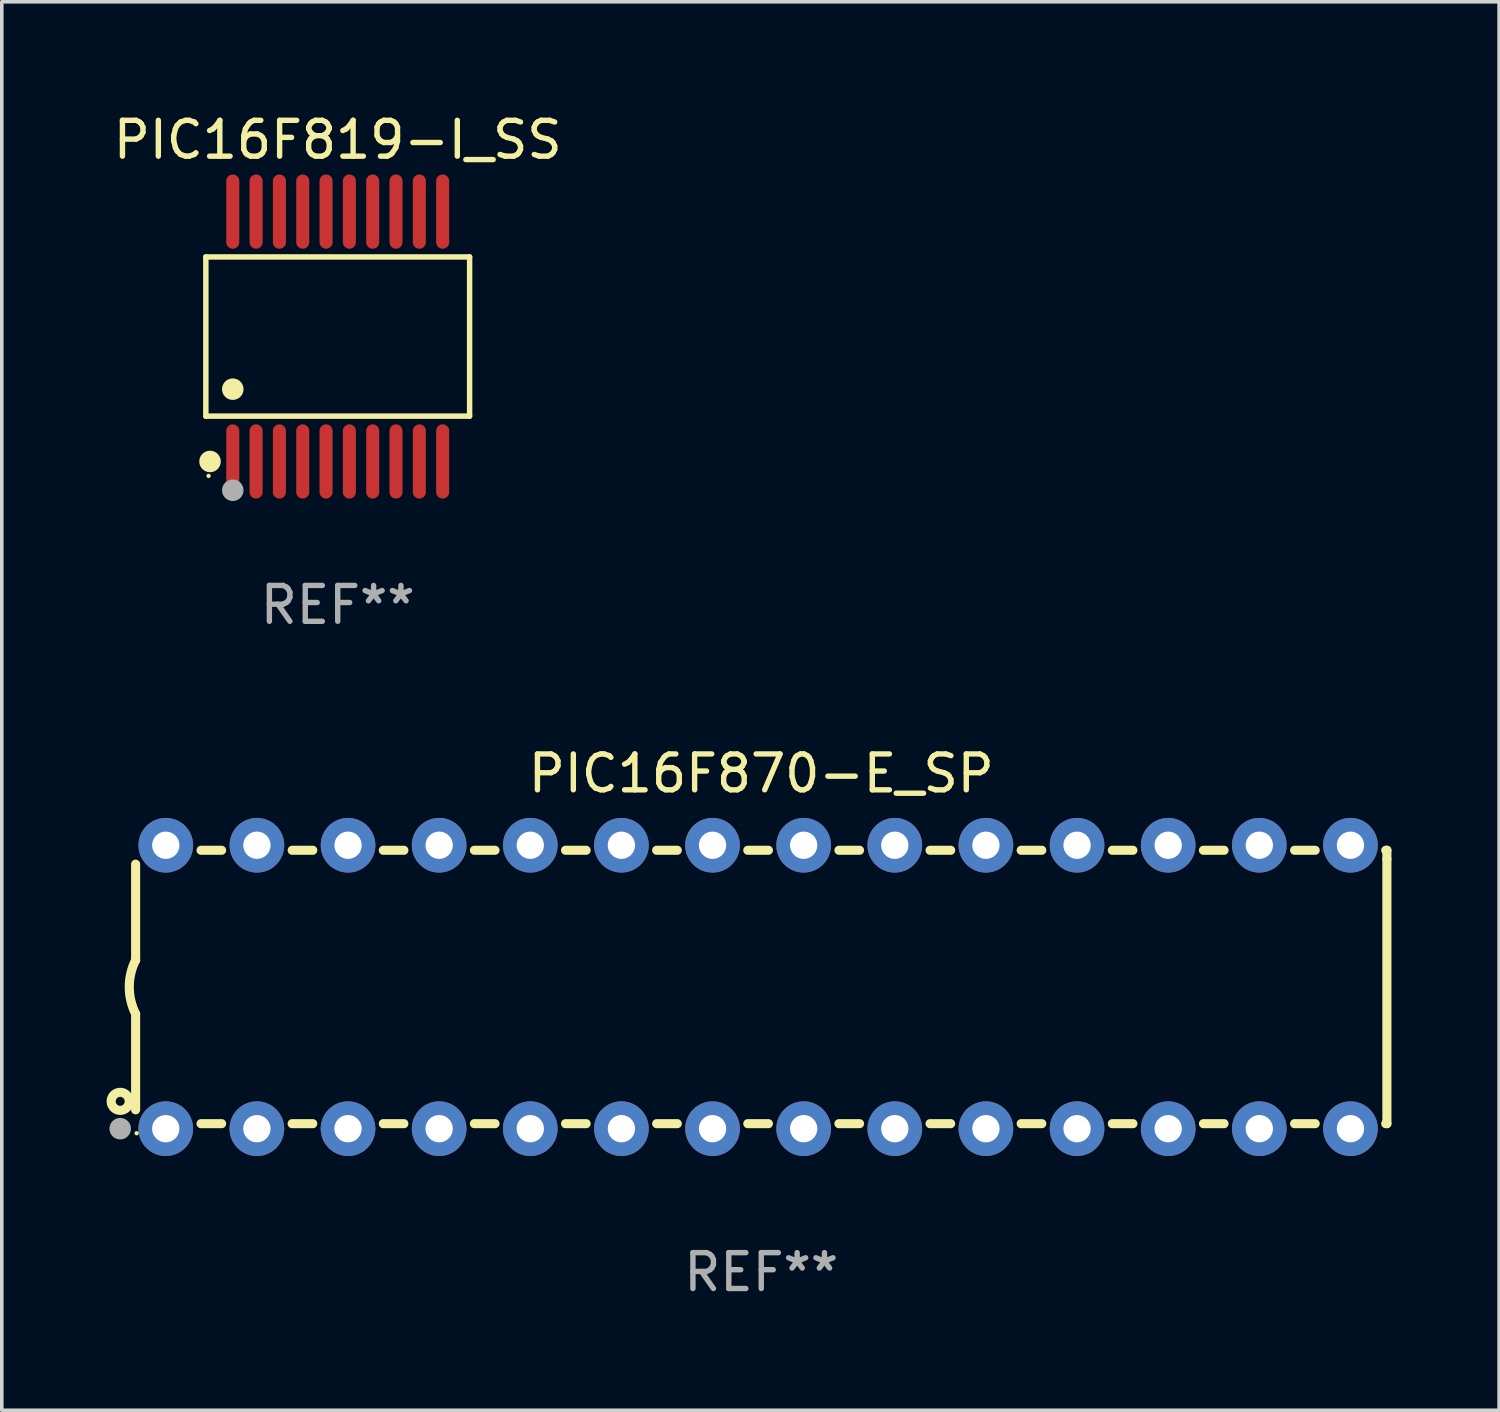
<source format=kicad_pcb>
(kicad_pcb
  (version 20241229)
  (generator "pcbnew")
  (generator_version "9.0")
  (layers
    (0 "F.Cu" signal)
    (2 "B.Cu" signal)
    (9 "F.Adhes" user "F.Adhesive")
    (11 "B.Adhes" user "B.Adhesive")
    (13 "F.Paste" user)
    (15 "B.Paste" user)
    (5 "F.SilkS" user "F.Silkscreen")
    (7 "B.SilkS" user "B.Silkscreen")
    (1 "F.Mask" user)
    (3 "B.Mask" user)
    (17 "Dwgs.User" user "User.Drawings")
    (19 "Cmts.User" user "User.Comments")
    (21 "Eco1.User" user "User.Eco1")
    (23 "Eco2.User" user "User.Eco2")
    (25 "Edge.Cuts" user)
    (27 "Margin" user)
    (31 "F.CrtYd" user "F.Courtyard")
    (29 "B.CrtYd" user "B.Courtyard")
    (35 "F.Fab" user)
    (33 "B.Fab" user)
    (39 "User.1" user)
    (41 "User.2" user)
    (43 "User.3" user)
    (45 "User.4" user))
  (footprint "PIC16F819-I_SS"
    (layer "F.Cu")
    (at 6.363 6.33)
    (property "Reference" "PIC16F819-I_SS" (at 0 -5.482 0) (layer "F.SilkS") (effects (font (size 1 1) (thickness 0.15))))
    (attr through_hole)
    (fp_line (start -3.676 -2.219) (end 3.676 -2.219) (stroke (width 0.152) (type solid)) (layer "F.SilkS"))
    (fp_line (start -3.676 2.219) (end -3.676 -2.219) (stroke (width 0.152) (type solid)) (layer "F.SilkS"))
    (fp_line (start 3.676 -2.219) (end 3.676 2.219) (stroke (width 0.152) (type solid)) (layer "F.SilkS"))
    (fp_line (start 3.676 2.219) (end -3.676 2.219) (stroke (width 0.152) (type solid)) (layer "F.SilkS"))
    (fp_circle (center -3.6 3.885) (end -3.57 3.885) (stroke (width 0.06) (type solid)) (fill no) (layer "F.SilkS"))
    (fp_circle (center -3.559 3.482) (end -3.409 3.482) (stroke (width 0.3) (type solid)) (fill no) (layer "F.SilkS"))
    (fp_circle (center -2.925 1.467) (end -2.775 1.467) (stroke (width 0.3) (type solid)) (fill no) (layer "F.SilkS"))
    (fp_circle (center -2.925 4.285) (end -2.775 4.285) (stroke (width 0.3) (type solid)) (fill no) (layer "F.Fab"))
    (fp_text user "REF**" (at 0 7.482 0) (layer "F.Fab") (effects (font (size 1 1) (thickness 0.15))))
    (pad "1" smd oval (at -2.925 3.482) (size 0.364 2.069) (layers "F.Cu" "F.Mask" "F.Paste"))
    (pad "2" smd oval (at -2.275 3.482) (size 0.364 2.069) (layers "F.Cu" "F.Mask" "F.Paste"))
    (pad "3" smd oval (at -1.625 3.482) (size 0.364 2.069) (layers "F.Cu" "F.Mask" "F.Paste"))
    (pad "4" smd oval (at -0.975 3.482) (size 0.364 2.069) (layers "F.Cu" "F.Mask" "F.Paste"))
    (pad "5" smd oval (at -0.325 3.482) (size 0.364 2.069) (layers "F.Cu" "F.Mask" "F.Paste"))
    (pad "6" smd oval (at 0.325 3.482) (size 0.364 2.069) (layers "F.Cu" "F.Mask" "F.Paste"))
    (pad "7" smd oval (at 0.975 3.482) (size 0.364 2.069) (layers "F.Cu" "F.Mask" "F.Paste"))
    (pad "8" smd oval (at 1.625 3.482) (size 0.364 2.069) (layers "F.Cu" "F.Mask" "F.Paste"))
    (pad "9" smd oval (at 2.275 3.482) (size 0.364 2.069) (layers "F.Cu" "F.Mask" "F.Paste"))
    (pad "10" smd oval (at 2.925 3.482) (size 0.364 2.069) (layers "F.Cu" "F.Mask" "F.Paste"))
    (pad "11" smd oval (at 2.925 -3.482) (size 0.364 2.069) (layers "F.Cu" "F.Mask" "F.Paste"))
    (pad "12" smd oval (at 2.275 -3.482) (size 0.364 2.069) (layers "F.Cu" "F.Mask" "F.Paste"))
    (pad "13" smd oval (at 1.625 -3.482) (size 0.364 2.069) (layers "F.Cu" "F.Mask" "F.Paste"))
    (pad "14" smd oval (at 0.975 -3.482) (size 0.364 2.069) (layers "F.Cu" "F.Mask" "F.Paste"))
    (pad "15" smd oval (at 0.325 -3.482) (size 0.364 2.069) (layers "F.Cu" "F.Mask" "F.Paste"))
    (pad "16" smd oval (at -0.325 -3.482) (size 0.364 2.069) (layers "F.Cu" "F.Mask" "F.Paste"))
    (pad "17" smd oval (at -0.975 -3.482) (size 0.364 2.069) (layers "F.Cu" "F.Mask" "F.Paste"))
    (pad "18" smd oval (at -1.625 -3.482) (size 0.364 2.069) (layers "F.Cu" "F.Mask" "F.Paste"))
    (pad "19" smd oval (at -2.275 -3.482) (size 0.364 2.069) (layers "F.Cu" "F.Mask" "F.Paste"))
    (pad "20" smd oval (at -2.925 -3.482) (size 0.364 2.069) (layers "F.Cu" "F.Mask" "F.Paste")))
  (footprint "PIC16F870-E_SP"
    (layer "F.Cu")
    (at 18.168 24.459)
    (property "Reference" "PIC16F870-E_SP" (at 0 -5.95 0) (layer "F.SilkS") (effects (font (size 1 1) (thickness 0.15))))
    (attr through_hole)
    (fp_line (start -17.438 0.75) (end -17.438 3.423) (stroke (width 0.254) (type solid)) (layer "F.SilkS"))
    (fp_line (start -17.438 -3.423) (end -17.438 -0.75) (stroke (width 0.254) (type solid)) (layer "F.SilkS"))
    (fp_line (start -15.615 3.81) (end -15.041 3.81) (stroke (width 0.254) (type solid)) (layer "F.SilkS"))
    (fp_line (start -15.041 -3.81) (end -15.614 -3.81) (stroke (width 0.254) (type solid)) (layer "F.SilkS"))
    (fp_line (start -13.075 3.81) (end -12.501 3.81) (stroke (width 0.254) (type solid)) (layer "F.SilkS"))
    (fp_line (start -12.501 -3.81) (end -13.074 -3.81) (stroke (width 0.254) (type solid)) (layer "F.SilkS"))
    (fp_line (start -10.535 3.81) (end -9.961 3.81) (stroke (width 0.254) (type solid)) (layer "F.SilkS"))
    (fp_line (start -9.961 -3.81) (end -10.534 -3.81) (stroke (width 0.254) (type solid)) (layer "F.SilkS"))
    (fp_line (start -7.995 3.81) (end -7.421 3.81) (stroke (width 0.254) (type solid)) (layer "F.SilkS"))
    (fp_line (start -7.421 -3.81) (end -7.995 -3.81) (stroke (width 0.254) (type solid)) (layer "F.SilkS"))
    (fp_line (start -5.455 3.81) (end -4.881 3.81) (stroke (width 0.254) (type solid)) (layer "F.SilkS"))
    (fp_line (start -4.881 -3.81) (end -5.455 -3.81) (stroke (width 0.254) (type solid)) (layer "F.SilkS"))
    (fp_line (start -2.915 3.81) (end -2.341 3.81) (stroke (width 0.254) (type solid)) (layer "F.SilkS"))
    (fp_line (start -2.341 -3.81) (end -2.915 -3.81) (stroke (width 0.254) (type solid)) (layer "F.SilkS"))
    (fp_line (start -0.375 3.81) (end 0.199 3.81) (stroke (width 0.254) (type solid)) (layer "F.SilkS"))
    (fp_line (start 0.199 -3.81) (end -0.375 -3.81) (stroke (width 0.254) (type solid)) (layer "F.SilkS"))
    (fp_line (start 2.165 3.81) (end 2.739 3.81) (stroke (width 0.254) (type solid)) (layer "F.SilkS"))
    (fp_line (start 2.739 -3.81) (end 2.165 -3.81) (stroke (width 0.254) (type solid)) (layer "F.SilkS"))
    (fp_line (start 4.705 3.81) (end 5.279 3.81) (stroke (width 0.254) (type solid)) (layer "F.SilkS"))
    (fp_line (start 5.279 -3.81) (end 4.705 -3.81) (stroke (width 0.254) (type solid)) (layer "F.SilkS"))
    (fp_line (start 7.245 3.81) (end 7.819 3.81) (stroke (width 0.254) (type solid)) (layer "F.SilkS"))
    (fp_line (start 7.819 -3.81) (end 7.245 -3.81) (stroke (width 0.254) (type solid)) (layer "F.SilkS"))
    (fp_line (start 9.785 3.81) (end 10.359 3.81) (stroke (width 0.254) (type solid)) (layer "F.SilkS"))
    (fp_line (start 10.359 -3.81) (end 9.785 -3.81) (stroke (width 0.254) (type solid)) (layer "F.SilkS"))
    (fp_line (start 12.325 3.81) (end 12.899 3.81) (stroke (width 0.254) (type solid)) (layer "F.SilkS"))
    (fp_line (start 12.899 -3.81) (end 12.325 -3.81) (stroke (width 0.254) (type solid)) (layer "F.SilkS"))
    (fp_line (start 14.865 3.81) (end 15.439 3.81) (stroke (width 0.254) (type solid)) (layer "F.SilkS"))
    (fp_line (start 15.439 -3.81) (end 14.865 -3.81) (stroke (width 0.254) (type solid)) (layer "F.SilkS"))
    (fp_line (start 17.405 3.81) (end 17.438 3.81) (stroke (width 0.254) (type solid)) (layer "F.SilkS"))
    (fp_line (start 17.438 -3.81) (end 17.405 -3.81) (stroke (width 0.254) (type solid)) (layer "F.SilkS"))
    (fp_line (start 17.438 -3.556) (end 17.438 -3.81) (stroke (width 0.254) (type solid)) (layer "F.SilkS"))
    (fp_line (start 17.438 3.81) (end 17.438 -3.556) (stroke (width 0.254) (type solid)) (layer "F.SilkS"))
    (fp_arc (start -17.437986 0.749657) (mid -17.614887 -0.000024) (end -17.437783 -0.749657) (stroke (width 0.254001) (type solid)) (layer "F.SilkS"))
    (fp_circle (center -17.868 3.188) (end -17.743 3.188) (stroke (width 0.254) (type solid)) (fill no) (layer "F.SilkS"))
    (fp_circle (center -17.411 4.077) (end -17.381 4.077) (stroke (width 0.06) (type solid)) (fill no) (layer "F.SilkS"))
    (fp_circle (center -17.868 3.95) (end -17.718 3.95) (stroke (width 0.3) (type solid)) (fill no) (layer "F.Fab"))
    (fp_text user "REF**" (at 0 7.95 0) (layer "F.Fab") (effects (font (size 1 1) (thickness 0.15))))
    (pad "1" thru_hole circle (at -16.598 3.95) (size 1.524 1.524) (drill 0.762) (layers "*.Cu" "*.Mask"))
    (pad "2" thru_hole circle (at -14.058 3.95) (size 1.524 1.524) (drill 0.762) (layers "*.Cu" "*.Mask"))
    (pad "3" thru_hole circle (at -11.518 3.95) (size 1.524 1.524) (drill 0.762) (layers "*.Cu" "*.Mask"))
    (pad "4" thru_hole circle (at -8.978 3.95) (size 1.524 1.524) (drill 0.762) (layers "*.Cu" "*.Mask"))
    (pad "5" thru_hole circle (at -6.438 3.95) (size 1.524 1.524) (drill 0.762) (layers "*.Cu" "*.Mask"))
    (pad "6" thru_hole circle (at -3.898 3.95) (size 1.524 1.524) (drill 0.762) (layers "*.Cu" "*.Mask"))
    (pad "7" thru_hole circle (at -1.358 3.95) (size 1.524 1.524) (drill 0.762) (layers "*.Cu" "*.Mask"))
    (pad "8" thru_hole circle (at 1.182 3.95) (size 1.524 1.524) (drill 0.762) (layers "*.Cu" "*.Mask"))
    (pad "9" thru_hole circle (at 3.722 3.95) (size 1.524 1.524) (drill 0.762) (layers "*.Cu" "*.Mask"))
    (pad "10" thru_hole circle (at 6.262 3.95) (size 1.524 1.524) (drill 0.762) (layers "*.Cu" "*.Mask"))
    (pad "11" thru_hole circle (at 8.802 3.95) (size 1.524 1.524) (drill 0.762) (layers "*.Cu" "*.Mask"))
    (pad "12" thru_hole circle (at 11.342 3.95) (size 1.524 1.524) (drill 0.762) (layers "*.Cu" "*.Mask"))
    (pad "13" thru_hole circle (at 13.882 3.95) (size 1.524 1.524) (drill 0.762) (layers "*.Cu" "*.Mask"))
    (pad "14" thru_hole circle (at 16.422 3.95) (size 1.524 1.524) (drill 0.762) (layers "*.Cu" "*.Mask"))
    (pad "15" thru_hole circle (at 16.422 -3.95) (size 1.524 1.524) (drill 0.762) (layers "*.Cu" "*.Mask"))
    (pad "16" thru_hole circle (at 13.882 -3.95) (size 1.524 1.524) (drill 0.762) (layers "*.Cu" "*.Mask"))
    (pad "17" thru_hole circle (at 11.342 -3.95) (size 1.524 1.524) (drill 0.762) (layers "*.Cu" "*.Mask"))
    (pad "18" thru_hole circle (at 8.802 -3.95) (size 1.524 1.524) (drill 0.762) (layers "*.Cu" "*.Mask"))
    (pad "19" thru_hole circle (at 6.262 -3.95) (size 1.524 1.524) (drill 0.762) (layers "*.Cu" "*.Mask"))
    (pad "20" thru_hole circle (at 3.722 -3.95) (size 1.524 1.524) (drill 0.762) (layers "*.Cu" "*.Mask"))
    (pad "21" thru_hole circle (at 1.182 -3.95) (size 1.524 1.524) (drill 0.762) (layers "*.Cu" "*.Mask"))
    (pad "22" thru_hole circle (at -1.358 -3.95) (size 1.524 1.524) (drill 0.762) (layers "*.Cu" "*.Mask"))
    (pad "23" thru_hole circle (at -3.898 -3.95) (size 1.524 1.524) (drill 0.762) (layers "*.Cu" "*.Mask"))
    (pad "24" thru_hole circle (at -6.438 -3.95) (size 1.524 1.524) (drill 0.762) (layers "*.Cu" "*.Mask"))
    (pad "25" thru_hole circle (at -8.978 -3.95) (size 1.524 1.524) (drill 0.762) (layers "*.Cu" "*.Mask"))
    (pad "26" thru_hole circle (at -11.517 -3.95) (size 1.524 1.524) (drill 0.762) (layers "*.Cu" "*.Mask"))
    (pad "27" thru_hole circle (at -14.057 -3.95) (size 1.524 1.524) (drill 0.762) (layers "*.Cu" "*.Mask"))
    (pad "28" thru_hole circle (at -16.597 -3.95) (size 1.524 1.524) (drill 0.762) (layers "*.Cu" "*.Mask")))
  (gr_rect
    (start -3 -3)
    (end 38.733 36.257)
    (stroke (width 0.1) (type default))
    (fill no)
    (layer "Edge.Cuts")))
</source>
